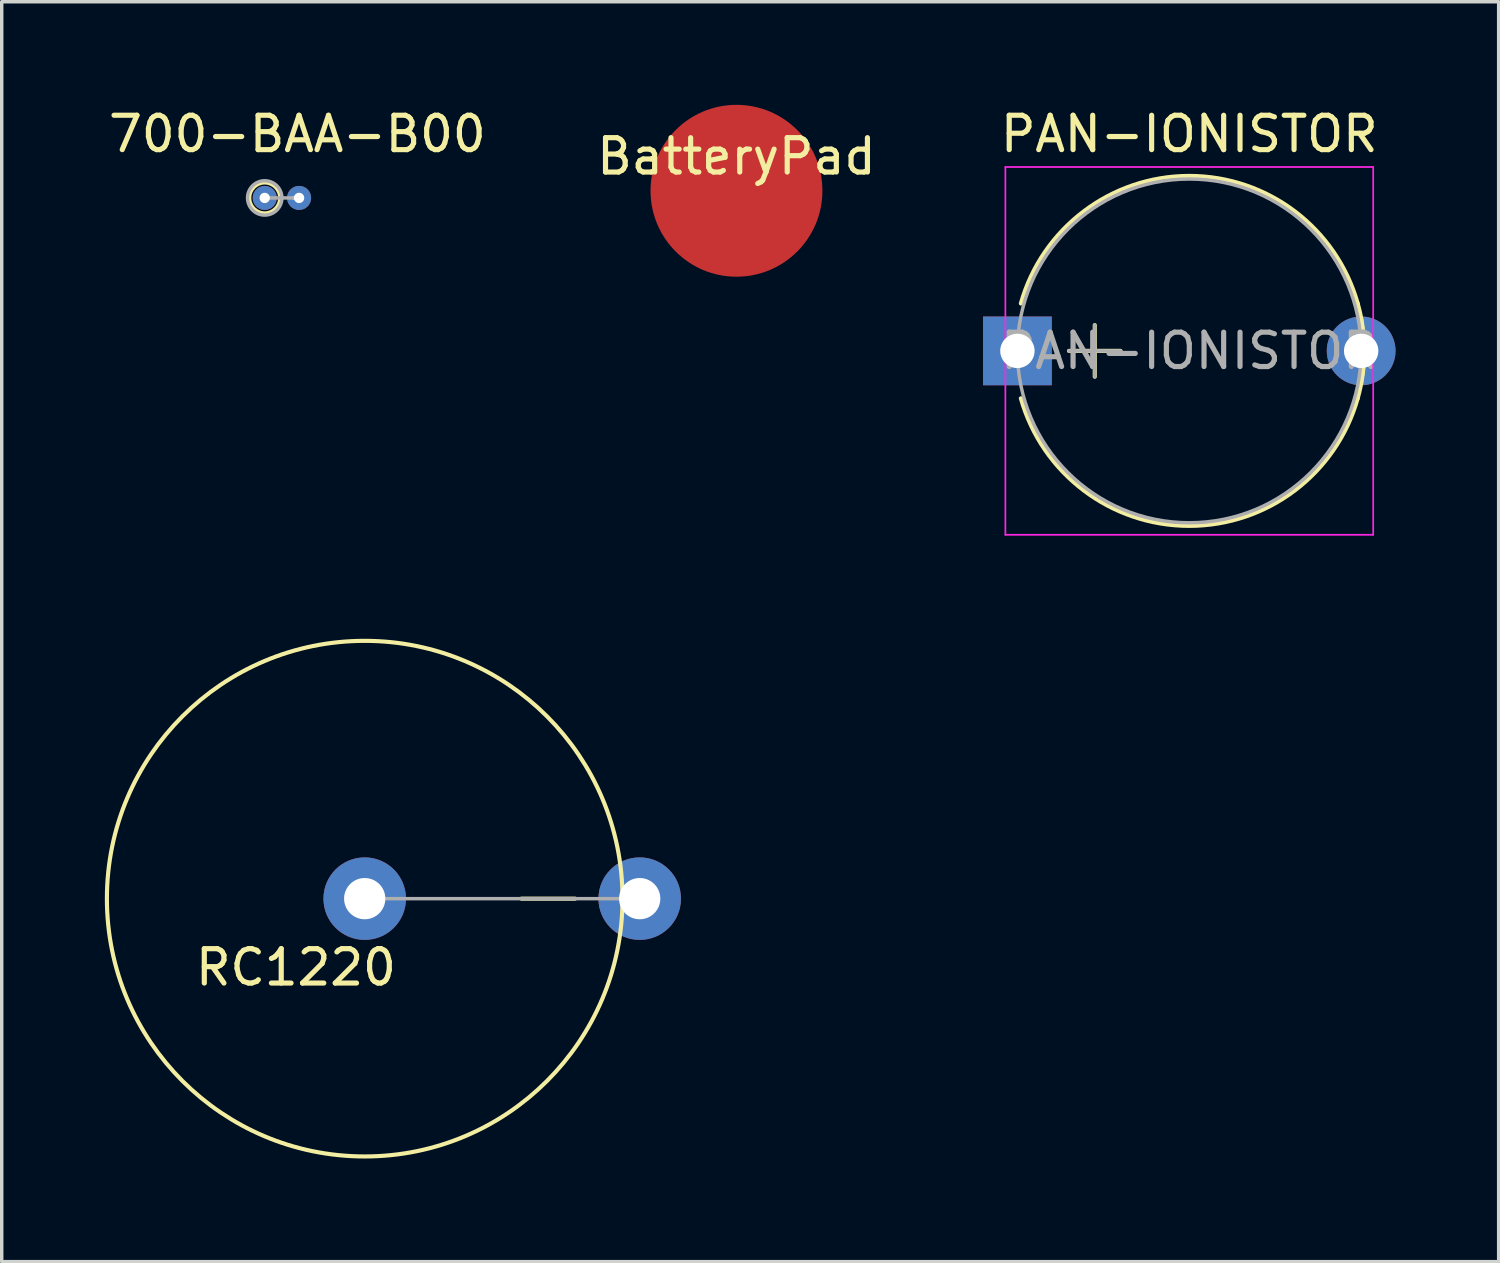
<source format=kicad_pcb>
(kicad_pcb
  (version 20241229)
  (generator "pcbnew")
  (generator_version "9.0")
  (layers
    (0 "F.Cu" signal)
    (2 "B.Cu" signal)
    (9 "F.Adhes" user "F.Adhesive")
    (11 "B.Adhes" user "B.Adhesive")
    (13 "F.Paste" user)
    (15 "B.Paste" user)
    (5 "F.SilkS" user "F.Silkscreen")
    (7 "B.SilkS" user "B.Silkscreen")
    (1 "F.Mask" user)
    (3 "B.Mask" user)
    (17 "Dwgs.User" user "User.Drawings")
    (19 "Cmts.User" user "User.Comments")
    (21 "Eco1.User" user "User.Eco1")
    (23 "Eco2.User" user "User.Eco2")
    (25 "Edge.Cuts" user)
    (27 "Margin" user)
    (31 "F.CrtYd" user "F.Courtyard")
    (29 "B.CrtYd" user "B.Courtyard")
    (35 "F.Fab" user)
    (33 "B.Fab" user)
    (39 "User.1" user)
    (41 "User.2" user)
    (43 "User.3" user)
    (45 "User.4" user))
  (footprint "700-BAA-B00"
    (layer "F.Cu")
    (at 4.651 2.708)
    (property "Reference" "700-BAA-B00" (at 0.95 -1.86 0) (layer "F.SilkS") (effects (font (size 1 1) (thickness 0.15))))
    (attr through_hole)
    (fp_line (start 0.86 0) (end 0.9 0) (stroke (width 0.12) (type solid)) (layer "F.SilkS"))
    (fp_circle (center 0 0) (end 0.45 0) (stroke (width 0.12) (type solid)) (fill no) (layer "F.SilkS"))
    (fp_line (start 0 0) (end 1 0) (stroke (width 0.1) (type solid)) (layer "F.Fab"))
    (fp_circle (center 0 0) (end 0.5 0) (stroke (width 0.1) (type solid)) (fill no) (layer "F.Fab"))
    (pad "1" thru_hole circle (at 0 0) (size 0.7 0.7) (drill 0.3) (layers "*.Cu" "*.Mask"))
    (pad "2" thru_hole circle (at 1 0) (size 0.7 0.7) (drill 0.3) (layers "*.Cu" "*.Mask")))
  (footprint "RC1220"
    (layer "F.Cu")
    (at 7.56 23.093)
    (property "Reference" "RC1220" (at -2 2 0) (layer "F.SilkS") (effects (font (size 1 1) (thickness 0.15))))
    (attr through_hole)
    (fp_line (start 4.56 0) (end 6.12 0) (stroke (width 0.12) (type solid)) (layer "F.SilkS"))
    (fp_circle (center 0 0) (end 7.5 0) (stroke (width 0.12) (type solid)) (fill no) (layer "F.SilkS"))
    (fp_line (start 0 0) (end 7.62 0) (stroke (width 0.1) (type solid)) (layer "F.Fab"))
    (pad "1" thru_hole circle (at 8 0) (size 2.4 2.4) (drill 1.2) (layers "*.Cu" "*.Mask"))
    (pad "2" thru_hole oval (at 0 0) (size 2.4 2.4) (drill 1.2) (layers "*.Cu" "*.Mask")))
  (footprint "PAN-IONISTOR"
    (layer "F.Cu")
    (at 29.048 7.158)
    (property "Reference" "PAN-IONISTOR" (at 2.5 -6.31 0) (layer "F.SilkS") (effects (font (size 1 1) (thickness 0.15))))
    (attr through_hole)
    (fp_line (start -1 0) (end 0.5 0) (stroke (width 0.12) (type solid)) (layer "F.SilkS"))
    (fp_line (start -0.25 -0.75) (end -0.25 0.75) (stroke (width 0.12) (type solid)) (layer "F.SilkS"))
    (fp_line (start 7.501 -0.913) (end 7.501 0.913) (stroke (width 0.12) (type solid)) (layer "F.SilkS"))
    (fp_line (start 7.541 -0.672) (end 7.541 0.672) (stroke (width 0.12) (type solid)) (layer "F.SilkS"))
    (fp_line (start 7.581 -0.279) (end 7.581 0.279) (stroke (width 0.12) (type solid)) (layer "F.SilkS"))
    (fp_arc (start -2.399357 -1.38) (mid 2.498304 -5.09) (end 7.398437 -1.383264) (stroke (width 0.12) (type solid)) (layer "F.SilkS"))
    (fp_arc (start 7.398437 1.383264) (mid 2.498304 5.09) (end -2.399357 1.38) (stroke (width 0.12) (type solid)) (layer "F.SilkS"))
    (fp_arc (start 7.399357 -1.38) (mid 7.59 0.001696) (end 7.398437 1.383264) (stroke (width 0.12) (type solid)) (layer "F.SilkS"))
    (fp_line (start -2.85 -5.35) (end -2.85 5.35) (stroke (width 0.05) (type solid)) (layer "F.CrtYd"))
    (fp_line (start -2.85 5.35) (end 7.85 5.35) (stroke (width 0.05) (type solid)) (layer "F.CrtYd"))
    (fp_line (start 7.85 -5.35) (end -2.85 -5.35) (stroke (width 0.05) (type solid)) (layer "F.CrtYd"))
    (fp_line (start 7.85 5.35) (end 7.85 -5.35) (stroke (width 0.05) (type solid)) (layer "F.CrtYd"))
    (fp_line (start -1 0) (end 0.5 0) (stroke (width 0.1) (type solid)) (layer "F.Fab"))
    (fp_line (start -0.25 -0.75) (end -0.25 0.75) (stroke (width 0.1) (type solid)) (layer "F.Fab"))
    (fp_circle (center 2.5 0) (end 7.5 0) (stroke (width 0.1) (type solid)) (fill no) (layer "F.Fab"))
    (fp_text user "${REFERENCE}" (at 2.5 0 0) (layer "F.Fab") (effects (font (size 1 1) (thickness 0.15))))
    (pad "1" thru_hole rect (at -2.5 0) (size 2 2) (drill 1) (layers "*.Cu" "*.Mask"))
    (pad "2" thru_hole circle (at 7.5 0) (size 2 2) (drill 1) (layers "*.Cu" "*.Mask")))
  (footprint "BatteryPad"
    (layer "F.Cu")
    (at 18.375 2.5)
    (property "Reference" "BatteryPad" (at 0 -1 0) (layer "F.SilkS") (effects (font (size 1 1) (thickness 0.15))))
    (attr through_hole)
    (pad "1" smd circle (at 0 0) (size 5 5) (layers "F.Cu" "F.Mask" "F.Paste")))
  (gr_rect
    (start -3 -3)
    (end 40.548 33.653)
    (stroke (width 0.1) (type default))
    (fill no)
    (layer "Edge.Cuts")))
</source>
